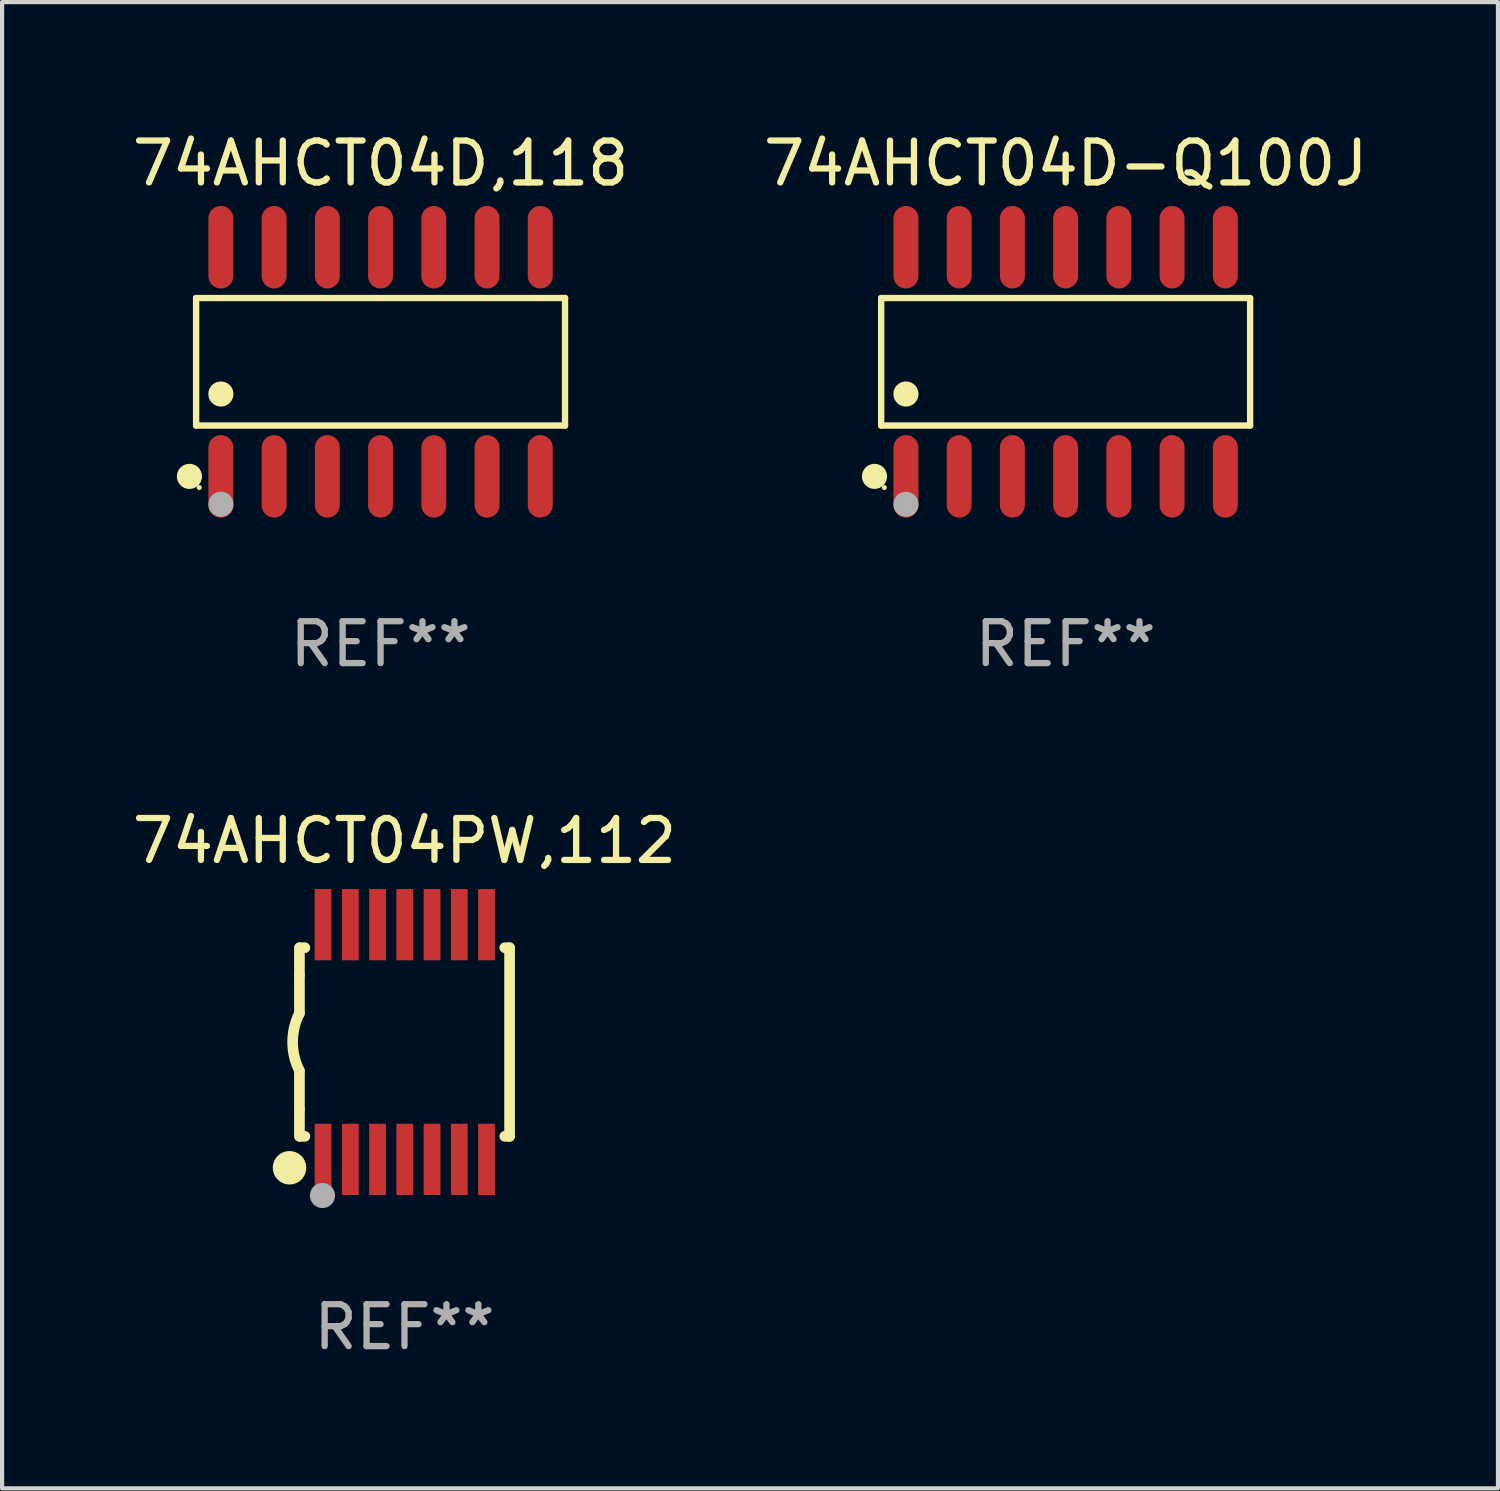
<source format=kicad_pcb>
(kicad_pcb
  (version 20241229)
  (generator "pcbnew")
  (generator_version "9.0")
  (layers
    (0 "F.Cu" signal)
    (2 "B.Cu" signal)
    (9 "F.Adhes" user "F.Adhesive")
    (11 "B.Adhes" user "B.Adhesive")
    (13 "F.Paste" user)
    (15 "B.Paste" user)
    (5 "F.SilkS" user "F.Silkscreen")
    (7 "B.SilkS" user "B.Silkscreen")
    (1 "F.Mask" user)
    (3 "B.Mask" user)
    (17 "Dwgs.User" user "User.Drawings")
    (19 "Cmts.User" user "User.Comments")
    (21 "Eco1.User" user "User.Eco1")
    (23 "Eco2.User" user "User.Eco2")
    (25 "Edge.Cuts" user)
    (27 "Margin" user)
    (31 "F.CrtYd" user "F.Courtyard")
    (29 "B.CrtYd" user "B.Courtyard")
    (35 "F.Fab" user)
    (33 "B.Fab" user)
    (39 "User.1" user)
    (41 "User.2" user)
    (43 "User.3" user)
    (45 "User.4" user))
  (footprint "74AHCT04PW,112"
    (layer "F.Cu")
    (at 6.601 21.812)
    (property "Reference" "74AHCT04PW,112" (at 0 -4.8 0) (layer "F.SilkS") (effects (font (size 1 1) (thickness 0.15))))
    (attr through_hole)
    (fp_line (start -2.507 -1.6) (end -2.507 -2.25) (stroke (width 0.254) (type solid)) (layer "F.SilkS"))
    (fp_line (start -2.507 -0.686) (end -2.507 -1.6) (stroke (width 0.254) (type solid)) (layer "F.SilkS"))
    (fp_line (start -2.507 1.6) (end -2.507 0.686) (stroke (width 0.254) (type solid)) (layer "F.SilkS"))
    (fp_line (start -2.507 1.6) (end -2.507 2.25) (stroke (width 0.254) (type solid)) (layer "F.SilkS"))
    (fp_line (start -2.493 -2.25) (end -2.377 -2.25) (stroke (width 0.254) (type solid)) (layer "F.SilkS"))
    (fp_line (start -2.377 2.25) (end -2.493 2.25) (stroke (width 0.254) (type solid)) (layer "F.SilkS"))
    (fp_line (start 2.392 -2.25) (end 2.507 -2.25) (stroke (width 0.254) (type solid)) (layer "F.SilkS"))
    (fp_line (start 2.507 -2.25) (end 2.507 2.25) (stroke (width 0.254) (type solid)) (layer "F.SilkS"))
    (fp_line (start 2.507 2.25) (end 2.392 2.25) (stroke (width 0.254) (type solid)) (layer "F.SilkS"))
    (fp_arc (start -2.507303 0.685802) (mid -2.669199 0) (end -2.507303 -0.685801) (stroke (width 0.254001) (type solid)) (layer "F.SilkS"))
    (fp_circle (center -2.743 3) (end -2.543 3) (stroke (width 0.4) (type solid)) (fill no) (layer "F.SilkS"))
    (fp_circle (center -2.493 3.2) (end -2.463 3.2) (stroke (width 0.06) (type solid)) (fill no) (layer "F.SilkS"))
    (fp_circle (center -1.957 3.662) (end -1.807 3.662) (stroke (width 0.3) (type solid)) (fill no) (layer "F.Fab"))
    (fp_text user "REF**" (at 0 6.8 0) (layer "F.Fab") (effects (font (size 1 1) (thickness 0.15))))
    (pad "1" smd rect (at -1.943 2.8) (size 0.4 1.7) (layers "F.Cu" "F.Mask" "F.Paste"))
    (pad "2" smd rect (at -1.293 2.8) (size 0.4 1.7) (layers "F.Cu" "F.Mask" "F.Paste"))
    (pad "3" smd rect (at -0.643 2.8) (size 0.4 1.7) (layers "F.Cu" "F.Mask" "F.Paste"))
    (pad "4" smd rect (at 0.007 2.8) (size 0.4 1.7) (layers "F.Cu" "F.Mask" "F.Paste"))
    (pad "5" smd rect (at 0.657 2.8) (size 0.4 1.7) (layers "F.Cu" "F.Mask" "F.Paste"))
    (pad "6" smd rect (at 1.307 2.8) (size 0.4 1.7) (layers "F.Cu" "F.Mask" "F.Paste"))
    (pad "7" smd rect (at 1.957 2.8) (size 0.4 1.7) (layers "F.Cu" "F.Mask" "F.Paste"))
    (pad "8" smd rect (at 1.957 -2.8) (size 0.4 1.7) (layers "F.Cu" "F.Mask" "F.Paste"))
    (pad "9" smd rect (at 1.307 -2.8) (size 0.4 1.7) (layers "F.Cu" "F.Mask" "F.Paste"))
    (pad "10" smd rect (at 0.657 -2.8) (size 0.4 1.7) (layers "F.Cu" "F.Mask" "F.Paste"))
    (pad "11" smd rect (at 0.007 -2.8) (size 0.4 1.7) (layers "F.Cu" "F.Mask" "F.Paste"))
    (pad "12" smd rect (at -0.643 -2.8) (size 0.4 1.7) (layers "F.Cu" "F.Mask" "F.Paste"))
    (pad "13" smd rect (at -1.293 -2.8) (size 0.4 1.7) (layers "F.Cu" "F.Mask" "F.Paste"))
    (pad "14" smd rect (at -1.943 -2.8) (size 0.4 1.7) (layers "F.Cu" "F.Mask" "F.Paste")))
  (footprint "74AHCT04D,118"
    (layer "F.Cu")
    (at 6.03 5.582)
    (property "Reference" "74AHCT04D,118" (at 0 -4.734 0) (layer "F.SilkS") (effects (font (size 1 1) (thickness 0.15))))
    (attr through_hole)
    (fp_line (start -4.401 -1.521) (end 4.401 -1.521) (stroke (width 0.152) (type solid)) (layer "F.SilkS"))
    (fp_line (start -4.401 1.521) (end -4.401 -1.521) (stroke (width 0.152) (type solid)) (layer "F.SilkS"))
    (fp_line (start 4.401 -1.521) (end 4.401 1.521) (stroke (width 0.152) (type solid)) (layer "F.SilkS"))
    (fp_line (start 4.401 1.521) (end -4.401 1.521) (stroke (width 0.152) (type solid)) (layer "F.SilkS"))
    (fp_circle (center -4.56 2.734) (end -4.41 2.734) (stroke (width 0.3) (type solid)) (fill no) (layer "F.SilkS"))
    (fp_circle (center -4.325 3) (end -4.295 3) (stroke (width 0.06) (type solid)) (fill no) (layer "F.SilkS"))
    (fp_circle (center -3.81 0.769) (end -3.66 0.769) (stroke (width 0.3) (type solid)) (fill no) (layer "F.SilkS"))
    (fp_circle (center -3.81 3.4) (end -3.66 3.4) (stroke (width 0.3) (type solid)) (fill no) (layer "F.Fab"))
    (fp_text user "REF**" (at 0 6.734 0) (layer "F.Fab") (effects (font (size 1 1) (thickness 0.15))))
    (pad "1" smd oval (at -3.81 2.734) (size 0.595 1.968) (layers "F.Cu" "F.Mask" "F.Paste"))
    (pad "2" smd oval (at -2.54 2.734) (size 0.595 1.968) (layers "F.Cu" "F.Mask" "F.Paste"))
    (pad "3" smd oval (at -1.27 2.734) (size 0.595 1.968) (layers "F.Cu" "F.Mask" "F.Paste"))
    (pad "4" smd oval (at 0 2.734) (size 0.595 1.968) (layers "F.Cu" "F.Mask" "F.Paste"))
    (pad "5" smd oval (at 1.27 2.734) (size 0.595 1.968) (layers "F.Cu" "F.Mask" "F.Paste"))
    (pad "6" smd oval (at 2.54 2.734) (size 0.595 1.968) (layers "F.Cu" "F.Mask" "F.Paste"))
    (pad "7" smd oval (at 3.81 2.734) (size 0.595 1.968) (layers "F.Cu" "F.Mask" "F.Paste"))
    (pad "8" smd oval (at 3.81 -2.734) (size 0.595 1.968) (layers "F.Cu" "F.Mask" "F.Paste"))
    (pad "9" smd oval (at 2.54 -2.734) (size 0.595 1.968) (layers "F.Cu" "F.Mask" "F.Paste"))
    (pad "10" smd oval (at 1.27 -2.734) (size 0.595 1.968) (layers "F.Cu" "F.Mask" "F.Paste"))
    (pad "11" smd oval (at 0 -2.734) (size 0.595 1.968) (layers "F.Cu" "F.Mask" "F.Paste"))
    (pad "12" smd oval (at -1.27 -2.734) (size 0.595 1.968) (layers "F.Cu" "F.Mask" "F.Paste"))
    (pad "13" smd oval (at -2.54 -2.734) (size 0.595 1.968) (layers "F.Cu" "F.Mask" "F.Paste"))
    (pad "14" smd oval (at -3.81 -2.734) (size 0.595 1.968) (layers "F.Cu" "F.Mask" "F.Paste")))
  (footprint "74AHCT04D-Q100J"
    (layer "F.Cu")
    (at 22.375 5.582)
    (property "Reference" "74AHCT04D-Q100J" (at 0 -4.734 0) (layer "F.SilkS") (effects (font (size 1 1) (thickness 0.15))))
    (attr through_hole)
    (fp_line (start -4.401 -1.521) (end 4.401 -1.521) (stroke (width 0.152) (type solid)) (layer "F.SilkS"))
    (fp_line (start -4.401 1.521) (end -4.401 -1.521) (stroke (width 0.152) (type solid)) (layer "F.SilkS"))
    (fp_line (start 4.401 -1.521) (end 4.401 1.521) (stroke (width 0.152) (type solid)) (layer "F.SilkS"))
    (fp_line (start 4.401 1.521) (end -4.401 1.521) (stroke (width 0.152) (type solid)) (layer "F.SilkS"))
    (fp_circle (center -4.56 2.734) (end -4.41 2.734) (stroke (width 0.3) (type solid)) (fill no) (layer "F.SilkS"))
    (fp_circle (center -4.325 3) (end -4.295 3) (stroke (width 0.06) (type solid)) (fill no) (layer "F.SilkS"))
    (fp_circle (center -3.81 0.769) (end -3.66 0.769) (stroke (width 0.3) (type solid)) (fill no) (layer "F.SilkS"))
    (fp_circle (center -3.81 3.4) (end -3.66 3.4) (stroke (width 0.3) (type solid)) (fill no) (layer "F.Fab"))
    (fp_text user "REF**" (at 0 6.734 0) (layer "F.Fab") (effects (font (size 1 1) (thickness 0.15))))
    (pad "1" smd oval (at -3.81 2.734) (size 0.595 1.968) (layers "F.Cu" "F.Mask" "F.Paste"))
    (pad "2" smd oval (at -2.54 2.734) (size 0.595 1.968) (layers "F.Cu" "F.Mask" "F.Paste"))
    (pad "3" smd oval (at -1.27 2.734) (size 0.595 1.968) (layers "F.Cu" "F.Mask" "F.Paste"))
    (pad "4" smd oval (at 0 2.734) (size 0.595 1.968) (layers "F.Cu" "F.Mask" "F.Paste"))
    (pad "5" smd oval (at 1.27 2.734) (size 0.595 1.968) (layers "F.Cu" "F.Mask" "F.Paste"))
    (pad "6" smd oval (at 2.54 2.734) (size 0.595 1.968) (layers "F.Cu" "F.Mask" "F.Paste"))
    (pad "7" smd oval (at 3.81 2.734) (size 0.595 1.968) (layers "F.Cu" "F.Mask" "F.Paste"))
    (pad "8" smd oval (at 3.81 -2.734) (size 0.595 1.968) (layers "F.Cu" "F.Mask" "F.Paste"))
    (pad "9" smd oval (at 2.54 -2.734) (size 0.595 1.968) (layers "F.Cu" "F.Mask" "F.Paste"))
    (pad "10" smd oval (at 1.27 -2.734) (size 0.595 1.968) (layers "F.Cu" "F.Mask" "F.Paste"))
    (pad "11" smd oval (at 0 -2.734) (size 0.595 1.968) (layers "F.Cu" "F.Mask" "F.Paste"))
    (pad "12" smd oval (at -1.27 -2.734) (size 0.595 1.968) (layers "F.Cu" "F.Mask" "F.Paste"))
    (pad "13" smd oval (at -2.54 -2.734) (size 0.595 1.968) (layers "F.Cu" "F.Mask" "F.Paste"))
    (pad "14" smd oval (at -3.81 -2.734) (size 0.595 1.968) (layers "F.Cu" "F.Mask" "F.Paste")))
  (gr_rect
    (start -3 -3)
    (end 32.69 32.461)
    (stroke (width 0.1) (type default))
    (fill no)
    (layer "Edge.Cuts")))
</source>
